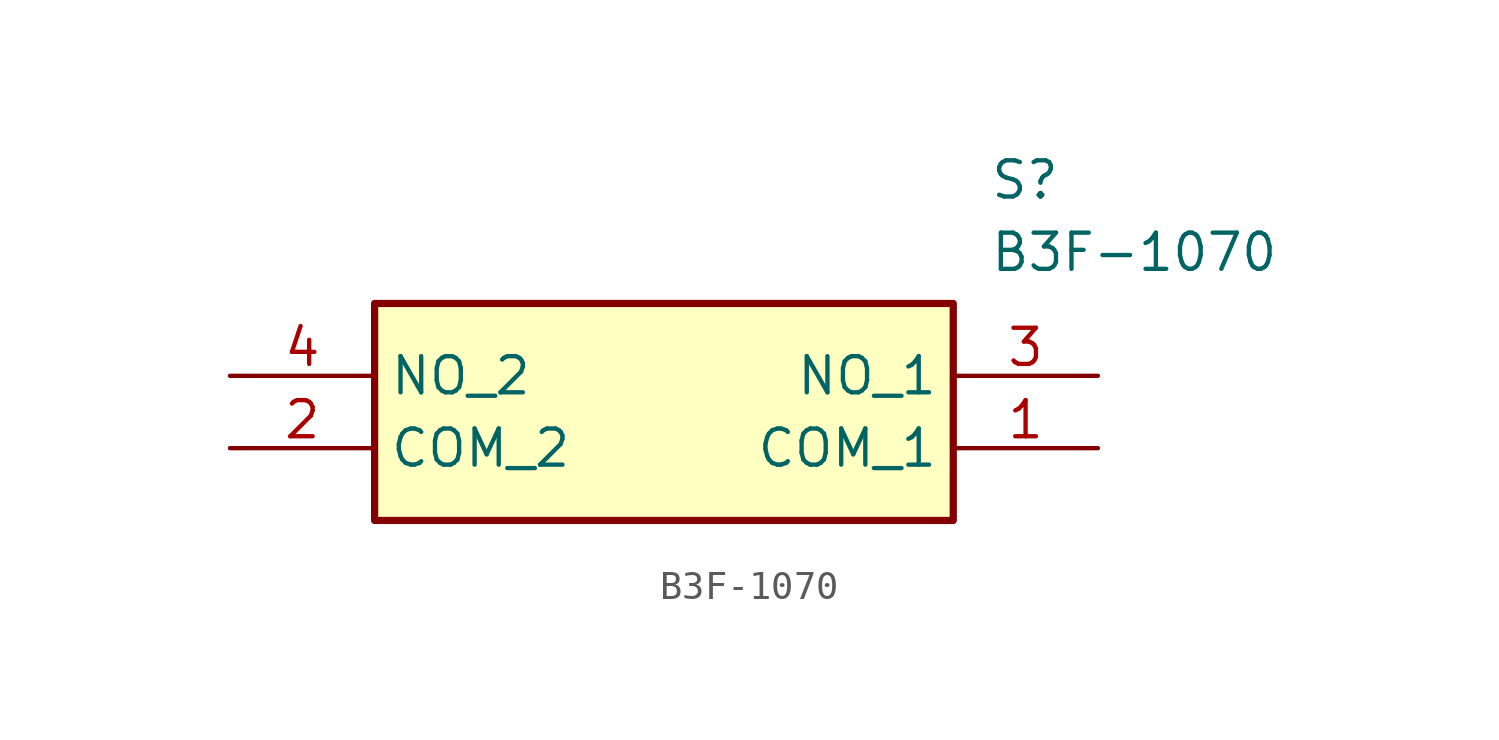
<source format=kicad_sym>
(kicad_symbol_lib
  (version 20241209)
  (generator "kicad_symbol_editor")
  (generator_version "9.0")
  (symbol "B3F-1070"
    (property "Reference" "S"
      (at 26.67 7.62 0)
      (effects (font (size 1.27 1.27)) (justify left top)))
    (property "Value" "B3F-1070"
      (at 26.67 5.08 0)
      (effects (font (size 1.27 1.27)) (justify left top)))
    (symbol "B3F-1070_1_1"
      (rectangle (start 5.08 2.54) (end 25.4 -5.08) (stroke (width 0.254) (type default)) (fill (type background)))
      (pin passive line (at 0 0 0) (length 5.08) (name "NO_2" (effects (font (size 1.27 1.27)))) (number "4" (effects (font (size 1.27 1.27)))))
      (pin passive line (at 0 -2.54 0) (length 5.08) (name "COM_2" (effects (font (size 1.27 1.27)))) (number "2" (effects (font (size 1.27 1.27)))))
      (pin passive line (at 30.48 0 180) (length 5.08) (name "NO_1" (effects (font (size 1.27 1.27)))) (number "3" (effects (font (size 1.27 1.27)))))
      (pin passive line (at 30.48 -2.54 180) (length 5.08) (name "COM_1" (effects (font (size 1.27 1.27)))) (number "1" (effects (font (size 1.27 1.27))))))))
</source>
